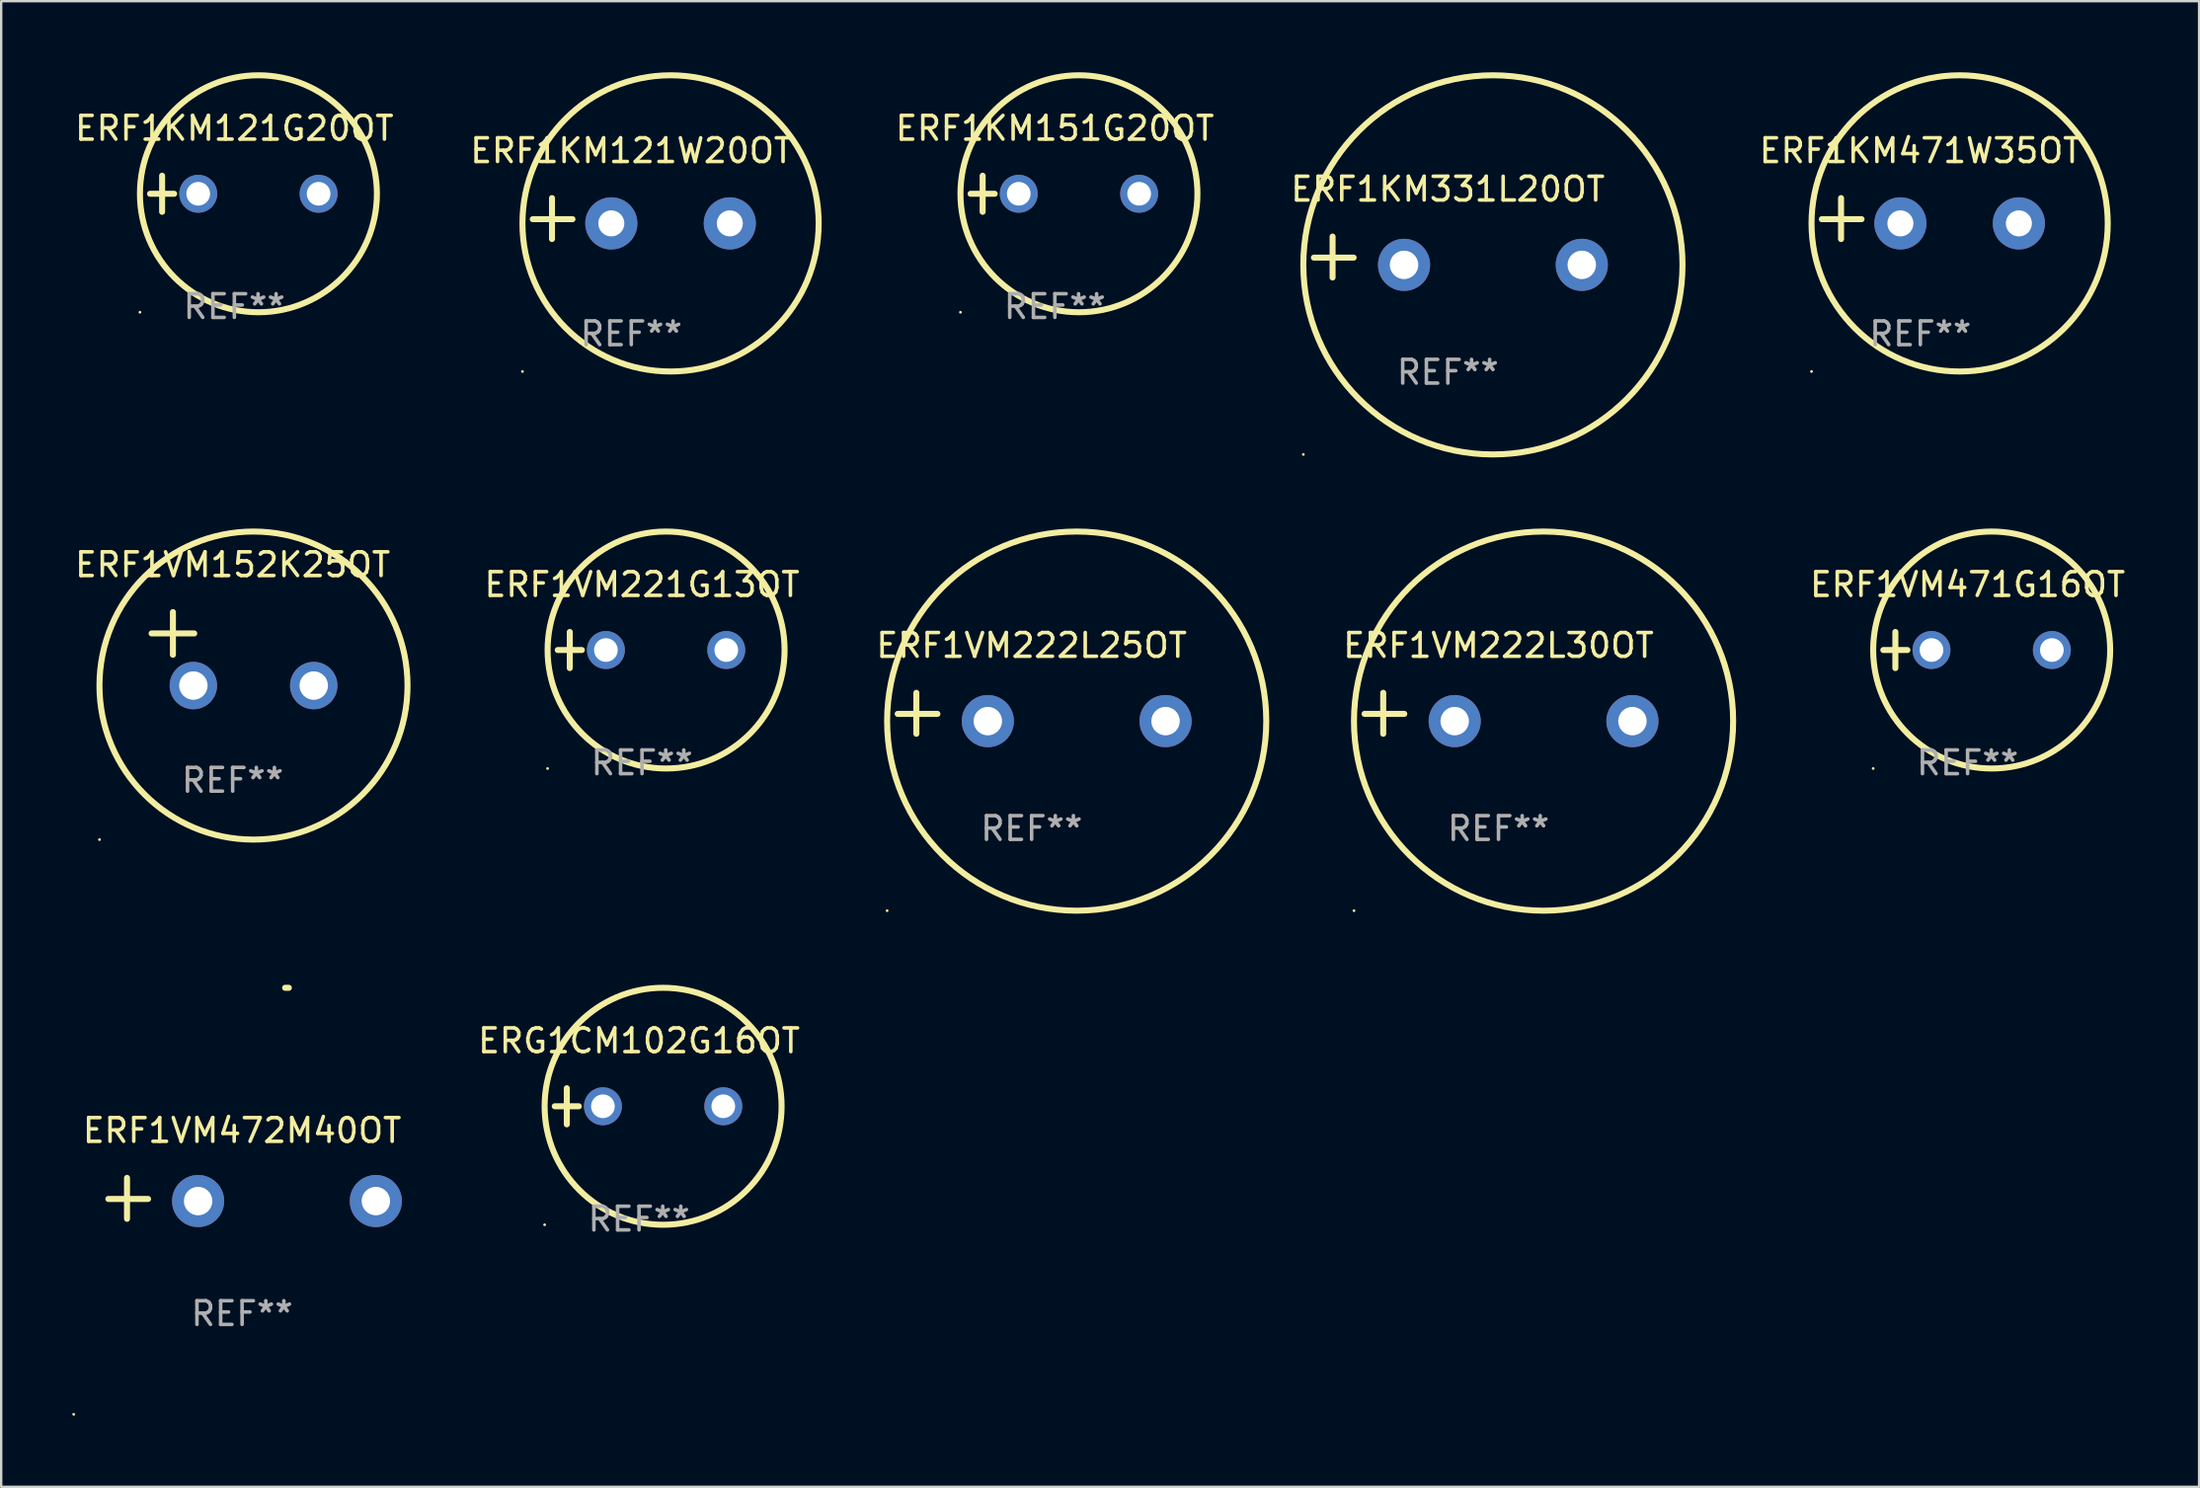
<source format=kicad_pcb>
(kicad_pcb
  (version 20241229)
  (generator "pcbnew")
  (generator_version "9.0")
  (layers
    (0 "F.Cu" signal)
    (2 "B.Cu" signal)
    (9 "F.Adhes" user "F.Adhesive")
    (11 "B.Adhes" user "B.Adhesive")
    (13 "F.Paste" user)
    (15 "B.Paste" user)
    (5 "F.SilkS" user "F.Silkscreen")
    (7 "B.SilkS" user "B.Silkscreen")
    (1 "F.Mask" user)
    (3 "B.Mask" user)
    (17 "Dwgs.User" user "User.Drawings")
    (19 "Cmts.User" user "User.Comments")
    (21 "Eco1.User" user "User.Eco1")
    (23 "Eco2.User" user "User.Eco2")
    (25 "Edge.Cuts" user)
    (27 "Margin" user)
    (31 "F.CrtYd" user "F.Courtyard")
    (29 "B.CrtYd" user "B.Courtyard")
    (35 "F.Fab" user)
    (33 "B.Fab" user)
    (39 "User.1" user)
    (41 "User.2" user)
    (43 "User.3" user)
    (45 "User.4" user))
  (footprint "ERF1VM471G16OT"
    (layer "F.Cu")
    (at 79.98 24.381)
    (property "Reference" "ERF1VM471G16OT" (at 0 -2.762 0) (layer "F.SilkS") (effects (font (size 1 1) (thickness 0.15))))
    (attr through_hole)
    (fp_line (start -3.556 0) (end -2.54 0) (stroke (width 0.254) (type solid)) (layer "F.SilkS"))
    (fp_line (start -3.048 -0.762) (end -3.048 0.762) (stroke (width 0.254) (type solid)) (layer "F.SilkS"))
    (fp_circle (center -3.984 5) (end -3.954 5) (stroke (width 0.06) (type solid)) (fill no) (layer "F.SilkS"))
    (fp_circle (center 1.016 0) (end 6.016 0) (stroke (width 0.254) (type solid)) (fill no) (layer "F.SilkS"))
    (fp_text user "REF**" (at 0 4.762 0) (layer "F.Fab") (effects (font (size 1 1) (thickness 0.15))))
    (pad "1" thru_hole circle (at -1.524 0) (size 1.6 1.6) (drill 1) (layers "*.Cu" "*.Mask"))
    (pad "2" thru_hole circle (at 3.556 0) (size 1.6 1.6) (drill 1) (layers "*.Cu" "*.Mask")))
  (footprint "ERF1KM471W35OT"
    (layer "F.Cu")
    (at 77.986 6.174)
    (property "Reference" "ERF1KM471W35OT" (at 0 -2.864 0) (layer "F.SilkS") (effects (font (size 1 1) (thickness 0.15))))
    (attr through_hole)
    (fp_line (start -3.346 0.864) (end -3.346 -0.864) (stroke (width 0.254) (type solid)) (layer "F.SilkS"))
    (fp_line (start -2.482 0.025) (end -4.158 0.025) (stroke (width 0.254) (type solid)) (layer "F.SilkS"))
    (fp_circle (center -4.592 6.453) (end -4.562 6.453) (stroke (width 0.06) (type solid)) (fill no) (layer "F.SilkS"))
    (fp_circle (center 1.658 0.203) (end 7.908 0.203) (stroke (width 0.254) (type solid)) (fill no) (layer "F.SilkS"))
    (fp_text user "REF**" (at 0 4.864 0) (layer "F.Fab") (effects (font (size 1 1) (thickness 0.15))))
    (pad "1" thru_hole circle (at -0.842 0.203) (size 2.2 2.2) (drill 1.1) (layers "*.Cu" "*.Mask"))
    (pad "2" thru_hole circle (at 4.158 0.203) (size 2.2 2.2) (drill 1.1) (layers "*.Cu" "*.Mask")))
  (footprint "ERF1VM152K25OT"
    (layer "F.Cu")
    (at 6.768 24.331)
    (property "Reference" "ERF1VM152K25OT" (at 0 -3.55 0) (layer "F.SilkS") (effects (font (size 1 1) (thickness 0.15))))
    (attr through_hole)
    (fp_line (start -3.421 -0.65) (end -1.621 -0.65) (stroke (width 0.254) (type solid)) (layer "F.SilkS"))
    (fp_line (start -2.521 -1.55) (end -2.521 0.25) (stroke (width 0.254) (type solid)) (layer "F.SilkS"))
    (fp_circle (center -5.619 8.05) (end -5.589 8.05) (stroke (width 0.06) (type solid)) (fill no) (layer "F.SilkS"))
    (fp_circle (center 0.879 1.55) (end 7.379 1.55) (stroke (width 0.254) (type solid)) (fill no) (layer "F.SilkS"))
    (fp_text user "REF**" (at 0 5.55 0) (layer "F.Fab") (effects (font (size 1 1) (thickness 0.15))))
    (pad "1" thru_hole circle (at -1.659 1.55) (size 2 2) (drill 1.2) (layers "*.Cu" "*.Mask"))
    (pad "2" thru_hole circle (at 3.421 1.55) (size 2 2) (drill 1.2) (layers "*.Cu" "*.Mask")))
  (footprint "ERF1VM222L30OT"
    (layer "F.Cu")
    (at 60.184 27.051)
    (property "Reference" "ERF1VM222L30OT" (at 0 -2.864 0) (layer "F.SilkS") (effects (font (size 1 1) (thickness 0.15))))
    (attr through_hole)
    (fp_line (start -4.864 0.864) (end -4.864 -0.864) (stroke (width 0.254) (type solid)) (layer "F.SilkS"))
    (fp_line (start -3.975 0.025) (end -5.652 0.025) (stroke (width 0.254) (type solid)) (layer "F.SilkS"))
    (fp_circle (center -6.098 8.33) (end -6.068 8.33) (stroke (width 0.06) (type solid)) (fill no) (layer "F.SilkS"))
    (fp_circle (center 1.902 0.33) (end 9.902 0.33) (stroke (width 0.254) (type solid)) (fill no) (layer "F.SilkS"))
    (fp_text user "REF**" (at 0 4.864 0) (layer "F.Fab") (effects (font (size 1 1) (thickness 0.15))))
    (pad "1" thru_hole circle (at -1.848 0.33) (size 2.2 2.2) (drill 1.2) (layers "*.Cu" "*.Mask"))
    (pad "2" thru_hole circle (at 5.652 0.33) (size 2.2 2.2) (drill 1.2) (layers "*.Cu" "*.Mask")))
  (footprint "ERF1KM121G20OT"
    (layer "F.Cu")
    (at 6.839 5.127)
    (property "Reference" "ERF1KM121G20OT" (at 0 -2.762 0) (layer "F.SilkS") (effects (font (size 1 1) (thickness 0.15))))
    (attr through_hole)
    (fp_line (start -3.556 0) (end -2.54 0) (stroke (width 0.254) (type solid)) (layer "F.SilkS"))
    (fp_line (start -3.048 -0.762) (end -3.048 0.762) (stroke (width 0.254) (type solid)) (layer "F.SilkS"))
    (fp_circle (center -3.984 5) (end -3.954 5) (stroke (width 0.06) (type solid)) (fill no) (layer "F.SilkS"))
    (fp_circle (center 1.016 0) (end 6.016 0) (stroke (width 0.254) (type solid)) (fill no) (layer "F.SilkS"))
    (fp_text user "REF**" (at 0 4.762 0) (layer "F.Fab") (effects (font (size 1 1) (thickness 0.15))))
    (pad "1" thru_hole circle (at -1.524 0) (size 1.6 1.6) (drill 1) (layers "*.Cu" "*.Mask"))
    (pad "2" thru_hole circle (at 3.556 0) (size 1.6 1.6) (drill 1) (layers "*.Cu" "*.Mask")))
  (footprint "ERF1VM221G13OT"
    (layer "F.Cu")
    (at 24.042 24.381)
    (property "Reference" "ERF1VM221G13OT" (at 0 -2.762 0) (layer "F.SilkS") (effects (font (size 1 1) (thickness 0.15))))
    (attr through_hole)
    (fp_line (start -3.556 0) (end -2.54 0) (stroke (width 0.254) (type solid)) (layer "F.SilkS"))
    (fp_line (start -3.048 -0.762) (end -3.048 0.762) (stroke (width 0.254) (type solid)) (layer "F.SilkS"))
    (fp_circle (center -3.984 5) (end -3.954 5) (stroke (width 0.06) (type solid)) (fill no) (layer "F.SilkS"))
    (fp_circle (center 1.016 0) (end 6.016 0) (stroke (width 0.254) (type solid)) (fill no) (layer "F.SilkS"))
    (fp_text user "REF**" (at 0 4.762 0) (layer "F.Fab") (effects (font (size 1 1) (thickness 0.15))))
    (pad "1" thru_hole circle (at -1.524 0) (size 1.6 1.6) (drill 1) (layers "*.Cu" "*.Mask"))
    (pad "2" thru_hole circle (at 3.556 0) (size 1.6 1.6) (drill 1) (layers "*.Cu" "*.Mask")))
  (footprint "ERF1KM121W20OT"
    (layer "F.Cu")
    (at 23.589 6.174)
    (property "Reference" "ERF1KM121W20OT" (at 0 -2.864 0) (layer "F.SilkS") (effects (font (size 1 1) (thickness 0.15))))
    (attr through_hole)
    (fp_line (start -3.346 0.864) (end -3.346 -0.864) (stroke (width 0.254) (type solid)) (layer "F.SilkS"))
    (fp_line (start -2.482 0.025) (end -4.158 0.025) (stroke (width 0.254) (type solid)) (layer "F.SilkS"))
    (fp_circle (center -4.592 6.453) (end -4.562 6.453) (stroke (width 0.06) (type solid)) (fill no) (layer "F.SilkS"))
    (fp_circle (center 1.658 0.203) (end 7.908 0.203) (stroke (width 0.254) (type solid)) (fill no) (layer "F.SilkS"))
    (fp_text user "REF**" (at 0 4.864 0) (layer "F.Fab") (effects (font (size 1 1) (thickness 0.15))))
    (pad "1" thru_hole circle (at -0.842 0.203) (size 2.2 2.2) (drill 1.1) (layers "*.Cu" "*.Mask"))
    (pad "2" thru_hole circle (at 4.158 0.203) (size 2.2 2.2) (drill 1.1) (layers "*.Cu" "*.Mask")))
  (footprint "ERF1KM331L20OT"
    (layer "F.Cu")
    (at 58.047 7.797)
    (property "Reference" "ERF1KM331L20OT" (at 0 -2.864 0) (layer "F.SilkS") (effects (font (size 1 1) (thickness 0.15))))
    (attr through_hole)
    (fp_line (start -4.864 0.864) (end -4.864 -0.864) (stroke (width 0.254) (type solid)) (layer "F.SilkS"))
    (fp_line (start -3.975 0.025) (end -5.652 0.025) (stroke (width 0.254) (type solid)) (layer "F.SilkS"))
    (fp_circle (center -6.098 8.33) (end -6.068 8.33) (stroke (width 0.06) (type solid)) (fill no) (layer "F.SilkS"))
    (fp_circle (center 1.902 0.33) (end 9.902 0.33) (stroke (width 0.254) (type solid)) (fill no) (layer "F.SilkS"))
    (fp_text user "REF**" (at 0 4.864 0) (layer "F.Fab") (effects (font (size 1 1) (thickness 0.15))))
    (pad "1" thru_hole circle (at -1.848 0.33) (size 2.2 2.2) (drill 1.2) (layers "*.Cu" "*.Mask"))
    (pad "2" thru_hole circle (at 5.652 0.33) (size 2.2 2.2) (drill 1.2) (layers "*.Cu" "*.Mask")))
  (footprint "ERG1CM102G16OT"
    (layer "F.Cu")
    (at 23.916 43.635)
    (property "Reference" "ERG1CM102G16OT" (at 0 -2.762 0) (layer "F.SilkS") (effects (font (size 1 1) (thickness 0.15))))
    (attr through_hole)
    (fp_line (start -3.556 0) (end -2.54 0) (stroke (width 0.254) (type solid)) (layer "F.SilkS"))
    (fp_line (start -3.048 -0.762) (end -3.048 0.762) (stroke (width 0.254) (type solid)) (layer "F.SilkS"))
    (fp_circle (center -3.984 5) (end -3.954 5) (stroke (width 0.06) (type solid)) (fill no) (layer "F.SilkS"))
    (fp_circle (center 1.016 0) (end 6.016 0) (stroke (width 0.254) (type solid)) (fill no) (layer "F.SilkS"))
    (fp_text user "REF**" (at 0 4.762 0) (layer "F.Fab") (effects (font (size 1 1) (thickness 0.15))))
    (pad "1" thru_hole circle (at -1.524 0) (size 1.6 1.6) (drill 1) (layers "*.Cu" "*.Mask"))
    (pad "2" thru_hole circle (at 3.556 0) (size 1.6 1.6) (drill 1) (layers "*.Cu" "*.Mask")))
  (footprint "ERF1VM472M40OT"
    (layer "F.Cu")
    (at 7.166 47.521)
    (property "Reference" "ERF1VM472M40OT" (at 0 -2.864 0) (layer "F.SilkS") (effects (font (size 1 1) (thickness 0.15))))
    (attr through_hole)
    (fp_line (start -4.856 0.864) (end -4.856 -0.864) (stroke (width 0.254) (type solid)) (layer "F.SilkS"))
    (fp_line (start -3.967 0.025) (end -5.644 0.025) (stroke (width 0.254) (type solid)) (layer "F.SilkS"))
    (fp_arc (start 1.815024 -8.885649) (mid 1.893764 -8.88599) (end 1.972504 -8.885649) (stroke (width 0.254001) (type solid)) (layer "F.SilkS"))
    (fp_circle (center -7.106 9.114) (end -7.076 9.114) (stroke (width 0.06) (type solid)) (fill no) (layer "F.SilkS"))
    (fp_text user "REF**" (at 0 4.864 0) (layer "F.Fab") (effects (font (size 1 1) (thickness 0.15))))
    (pad "1" thru_hole circle (at -1.856 0.114) (size 2.2 2.2) (drill 1.2) (layers "*.Cu" "*.Mask"))
    (pad "2" thru_hole circle (at 5.644 0.114) (size 2.2 2.2) (drill 1.2) (layers "*.Cu" "*.Mask")))
  (footprint "ERF1KM151G20OT"
    (layer "F.Cu")
    (at 41.464 5.127)
    (property "Reference" "ERF1KM151G20OT" (at 0 -2.762 0) (layer "F.SilkS") (effects (font (size 1 1) (thickness 0.15))))
    (attr through_hole)
    (fp_line (start -3.556 0) (end -2.54 0) (stroke (width 0.254) (type solid)) (layer "F.SilkS"))
    (fp_line (start -3.048 -0.762) (end -3.048 0.762) (stroke (width 0.254) (type solid)) (layer "F.SilkS"))
    (fp_circle (center -3.984 5) (end -3.954 5) (stroke (width 0.06) (type solid)) (fill no) (layer "F.SilkS"))
    (fp_circle (center 1.016 0) (end 6.016 0) (stroke (width 0.254) (type solid)) (fill no) (layer "F.SilkS"))
    (fp_text user "REF**" (at 0 4.762 0) (layer "F.Fab") (effects (font (size 1 1) (thickness 0.15))))
    (pad "1" thru_hole circle (at -1.524 0) (size 1.6 1.6) (drill 1) (layers "*.Cu" "*.Mask"))
    (pad "2" thru_hole circle (at 3.556 0) (size 1.6 1.6) (drill 1) (layers "*.Cu" "*.Mask")))
  (footprint "ERF1VM222L25OT"
    (layer "F.Cu")
    (at 40.483 27.051)
    (property "Reference" "ERF1VM222L25OT" (at 0 -2.864 0) (layer "F.SilkS") (effects (font (size 1 1) (thickness 0.15))))
    (attr through_hole)
    (fp_line (start -4.864 0.864) (end -4.864 -0.864) (stroke (width 0.254) (type solid)) (layer "F.SilkS"))
    (fp_line (start -3.975 0.025) (end -5.652 0.025) (stroke (width 0.254) (type solid)) (layer "F.SilkS"))
    (fp_circle (center -6.098 8.33) (end -6.068 8.33) (stroke (width 0.06) (type solid)) (fill no) (layer "F.SilkS"))
    (fp_circle (center 1.902 0.33) (end 9.902 0.33) (stroke (width 0.254) (type solid)) (fill no) (layer "F.SilkS"))
    (fp_text user "REF**" (at 0 4.864 0) (layer "F.Fab") (effects (font (size 1 1) (thickness 0.15))))
    (pad "1" thru_hole circle (at -1.848 0.33) (size 2.2 2.2) (drill 1.2) (layers "*.Cu" "*.Mask"))
    (pad "2" thru_hole circle (at 5.652 0.33) (size 2.2 2.2) (drill 1.2) (layers "*.Cu" "*.Mask")))
  (gr_rect
    (start -3 -3)
    (end 89.748 59.695)
    (stroke (width 0.1) (type default))
    (fill no)
    (layer "Edge.Cuts")))
</source>
